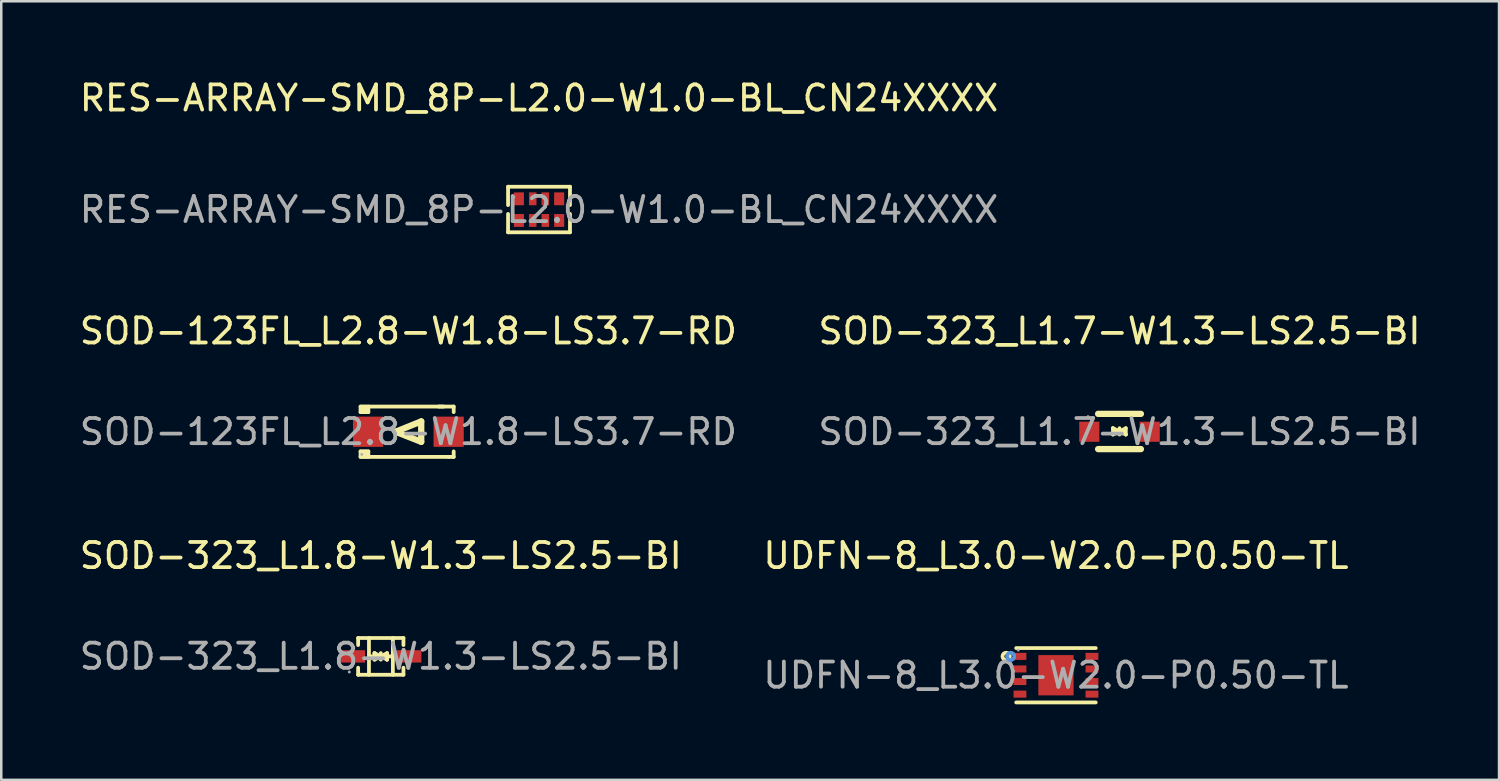
<source format=kicad_pcb>
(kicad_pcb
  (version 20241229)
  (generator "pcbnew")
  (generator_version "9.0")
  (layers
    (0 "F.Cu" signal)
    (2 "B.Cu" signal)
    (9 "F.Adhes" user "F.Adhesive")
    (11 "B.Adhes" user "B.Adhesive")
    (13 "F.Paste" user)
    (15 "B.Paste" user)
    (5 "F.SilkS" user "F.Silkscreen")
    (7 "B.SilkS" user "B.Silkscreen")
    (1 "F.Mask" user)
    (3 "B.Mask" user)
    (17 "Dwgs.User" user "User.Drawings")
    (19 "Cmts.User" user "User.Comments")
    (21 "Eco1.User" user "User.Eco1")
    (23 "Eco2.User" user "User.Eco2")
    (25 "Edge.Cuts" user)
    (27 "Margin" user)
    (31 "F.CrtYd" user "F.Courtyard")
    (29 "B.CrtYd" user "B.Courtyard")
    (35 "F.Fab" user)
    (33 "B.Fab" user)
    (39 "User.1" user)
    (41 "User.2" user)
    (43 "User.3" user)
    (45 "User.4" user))
  (footprint "UDFN-8_L3.0-W2.0-P0.50-TL"
    (layer "F.Cu")
    (at 38.899 23.775)
    (property "Reference" "UDFN-8_L3.0-W2.0-P0.50-TL" (at 0 -4.75 0) (layer "F.SilkS") (effects (font (size 1 1) (thickness 0.15))))
    (attr smd)
    (fp_line (start -1.58 -1.08) (end 1.58 -1.08) (stroke (width 0.15) (type solid)) (layer "F.SilkS"))
    (fp_line (start -1.58 1.08) (end 1.58 1.08) (stroke (width 0.15) (type solid)) (layer "F.SilkS"))
    (fp_circle (center -1.98 -0.75) (end -1.91 -0.75) (stroke (width 0.15) (type solid)) (fill no) (layer "F.SilkS"))
    (fp_circle (center -1.8 -0.75) (end -1.73 -0.75) (stroke (width 0.15) (type solid)) (fill no) (layer "Cmts.User"))
    (fp_circle (center -1.5 -1) (end -1.47 -1) (stroke (width 0.06) (type solid)) (fill no) (layer "F.Fab"))
    (fp_text user "${REFERENCE}" (at 0 0 0) (layer "F.Fab") (effects (font (size 1 1) (thickness 0.15))))
    (pad "1" smd rect (at -1.43 -0.75) (size 0.51 0.28) (layers "F.Cu" "F.Mask" "F.Paste"))
    (pad "2" smd rect (at -1.43 -0.25) (size 0.51 0.28) (layers "F.Cu" "F.Mask" "F.Paste"))
    (pad "3" smd rect (at -1.43 0.25) (size 0.51 0.28) (layers "F.Cu" "F.Mask" "F.Paste"))
    (pad "4" smd rect (at -1.43 0.75) (size 0.51 0.28) (layers "F.Cu" "F.Mask" "F.Paste"))
    (pad "5" smd rect (at 1.43 0.75) (size 0.51 0.28) (layers "F.Cu" "F.Mask" "F.Paste"))
    (pad "6" smd rect (at 1.43 0.25) (size 0.51 0.28) (layers "F.Cu" "F.Mask" "F.Paste"))
    (pad "7" smd rect (at 1.43 -0.25) (size 0.51 0.28) (layers "F.Cu" "F.Mask" "F.Paste"))
    (pad "8" smd rect (at 1.43 -0.75) (size 0.51 0.28) (layers "F.Cu" "F.Mask" "F.Paste"))
    (pad "9" smd rect (at 0 0) (size 1.4 1.6) (layers "F.Cu" "F.Mask" "F.Paste")))
  (footprint "SOD-323_L1.7-W1.3-LS2.5-BI"
    (layer "F.Cu")
    (at 41.423 14.101)
    (property "Reference" "SOD-323_L1.7-W1.3-LS2.5-BI" (at 0 -4 0) (layer "F.SilkS") (effects (font (size 1 1) (thickness 0.15))))
    (attr smd)
    (fp_line (start -0.85 -0.71) (end 0.85 -0.71) (stroke (width 0.25) (type solid)) (layer "F.SilkS"))
    (fp_line (start -0.85 0.69) (end 0.85 0.69) (stroke (width 0.25) (type solid)) (layer "F.SilkS"))
    (fp_line (start -0.26 -0.14) (end -0.26 -0.14) (stroke (width 0.15) (type solid)) (layer "F.SilkS"))
    (fp_line (start -0.26 -0.14) (end -0.01 -0.02) (stroke (width 0.15) (type solid)) (layer "F.SilkS"))
    (fp_line (start -0.26 0.11) (end -0.26 -0.14) (stroke (width 0.15) (type solid)) (layer "F.SilkS"))
    (fp_line (start -0.13 -0.01) (end 0 -0.01) (stroke (width 0.15) (type solid)) (layer "F.SilkS"))
    (fp_line (start -0.01 -0.01) (end -0.26 0.11) (stroke (width 0.15) (type solid)) (layer "F.SilkS"))
    (fp_line (start 0 -0.14) (end 0 0.11) (stroke (width 0.15) (type solid)) (layer "F.SilkS"))
    (fp_line (start 0 -0.01) (end 0.25 -0.14) (stroke (width 0.15) (type solid)) (layer "F.SilkS"))
    (fp_line (start 0.12 -0.01) (end -0.01 -0.01) (stroke (width 0.15) (type solid)) (layer "F.SilkS"))
    (fp_line (start 0.25 -0.14) (end 0.25 0.11) (stroke (width 0.15) (type solid)) (layer "F.SilkS"))
    (fp_line (start 0.25 0.11) (end 0 -0.01) (stroke (width 0.15) (type solid)) (layer "F.SilkS"))
    (fp_line (start 0.25 0.11) (end 0.25 0.11) (stroke (width 0.15) (type solid)) (layer "F.SilkS"))
    (fp_circle (center -1.25 -0.6) (end -1.22 -0.6) (stroke (width 0.06) (type solid)) (fill no) (layer "F.Fab"))
    (fp_text user "${REFERENCE}" (at 0 0 0) (layer "F.Fab") (effects (font (size 1 1) (thickness 0.15))))
    (pad "1" smd rect (at -1.2 0) (size 0.8 0.8) (layers "F.Cu" "F.Mask" "F.Paste"))
    (pad "2" smd rect (at 1.2 0) (size 0.8 0.8) (layers "F.Cu" "F.Mask" "F.Paste")))
  (footprint "SOD-323_L1.8-W1.3-LS2.5-BI"
    (layer "F.Cu")
    (at 12.077 23.025)
    (property "Reference" "SOD-323_L1.8-W1.3-LS2.5-BI" (at 0 -4 0) (layer "F.SilkS") (effects (font (size 1 1) (thickness 0.15))))
    (attr smd)
    (fp_line (start -0.9 -0.73) (end -0.9 -0.45) (stroke (width 0.15) (type solid)) (layer "F.SilkS"))
    (fp_line (start -0.9 0.73) (end -0.9 0.45) (stroke (width 0.15) (type solid)) (layer "F.SilkS"))
    (fp_line (start -0.47 0) (end 0.48 0) (stroke (width 0.15) (type solid)) (layer "F.SilkS"))
    (fp_line (start -0.47 0.73) (end -0.47 -0.73) (stroke (width 0.15) (type solid)) (layer "F.SilkS"))
    (fp_line (start -0.25 -0.13) (end -0.25 -0.13) (stroke (width 0.15) (type solid)) (layer "F.SilkS"))
    (fp_line (start -0.25 -0.13) (end 0 0) (stroke (width 0.15) (type solid)) (layer "F.SilkS"))
    (fp_line (start -0.25 0.13) (end -0.25 -0.13) (stroke (width 0.15) (type solid)) (layer "F.SilkS"))
    (fp_line (start -0.13 0) (end 0 0) (stroke (width 0.15) (type solid)) (layer "F.SilkS"))
    (fp_line (start 0 -0.13) (end 0 0.13) (stroke (width 0.15) (type solid)) (layer "F.SilkS"))
    (fp_line (start 0 0) (end -0.25 0.13) (stroke (width 0.15) (type solid)) (layer "F.SilkS"))
    (fp_line (start 0 0) (end 0.25 -0.13) (stroke (width 0.15) (type solid)) (layer "F.SilkS"))
    (fp_line (start 0.13 0) (end 0 0) (stroke (width 0.15) (type solid)) (layer "F.SilkS"))
    (fp_line (start 0.25 -0.13) (end 0.25 0.13) (stroke (width 0.15) (type solid)) (layer "F.SilkS"))
    (fp_line (start 0.25 0.13) (end 0 0) (stroke (width 0.15) (type solid)) (layer "F.SilkS"))
    (fp_line (start 0.25 0.13) (end 0.25 0.13) (stroke (width 0.15) (type solid)) (layer "F.SilkS"))
    (fp_line (start 0.48 0.73) (end 0.48 -0.73) (stroke (width 0.15) (type solid)) (layer "F.SilkS"))
    (fp_line (start 0.9 -0.73) (end -0.9 -0.73) (stroke (width 0.15) (type solid)) (layer "F.SilkS"))
    (fp_line (start 0.9 -0.73) (end 0.9 -0.45) (stroke (width 0.15) (type solid)) (layer "F.SilkS"))
    (fp_line (start 0.9 0.73) (end -0.9 0.73) (stroke (width 0.15) (type solid)) (layer "F.SilkS"))
    (fp_line (start 0.9 0.73) (end 0.9 0.45) (stroke (width 0.15) (type solid)) (layer "F.SilkS"))
    (fp_circle (center -1.25 0.62) (end -1.22 0.62) (stroke (width 0.06) (type solid)) (fill no) (layer "F.Fab"))
    (fp_text user "${REFERENCE}" (at 0 0 0) (layer "F.Fab") (effects (font (size 1 1) (thickness 0.15))))
    (pad "1" smd rect (at -1.12 0) (size 0.99 0.49) (layers "F.Cu" "F.Mask" "F.Paste"))
    (pad "2" smd rect (at 1.12 0) (size 0.99 0.49) (layers "F.Cu" "F.Mask" "F.Paste")))
  (footprint "RES-ARRAY-SMD_8P-L2.0-W1.0-BL_CN24XXXX"
    (layer "F.Cu")
    (at 18.363 5.278)
    (property "Reference" "RES-ARRAY-SMD_8P-L2.0-W1.0-BL_CN24XXXX" (at 0 -4.43 0) (layer "F.SilkS") (effects (font (size 1 1) (thickness 0.15))))
    (attr smd)
    (fp_line (start -1.23 -0.91) (end 1.23 -0.91) (stroke (width 0.15) (type solid)) (layer "F.SilkS"))
    (fp_line (start -1.23 -0.18) (end -1.23 -0.91) (stroke (width 0.15) (type solid)) (layer "F.SilkS"))
    (fp_line (start -1.23 0.17) (end -1.23 0.9) (stroke (width 0.15) (type solid)) (layer "F.SilkS"))
    (fp_line (start -1.23 0.9) (end 1.23 0.9) (stroke (width 0.15) (type solid)) (layer "F.SilkS"))
    (fp_line (start 1.23 -0.91) (end 1.23 -0.18) (stroke (width 0.15) (type solid)) (layer "F.SilkS"))
    (fp_line (start 1.23 0.9) (end 1.23 0.17) (stroke (width 0.15) (type solid)) (layer "F.SilkS"))
    (fp_circle (center -1 -0.5) (end -0.97 -0.5) (stroke (width 0.06) (type solid)) (fill no) (layer "F.Fab"))
    (fp_text user "${REFERENCE}" (at 0 0 0) (layer "F.Fab") (effects (font (size 1 1) (thickness 0.15))))
    (pad "1" smd rect (at -0.8 -0.43 180) (size 0.4 0.51) (layers "F.Cu" "F.Mask" "F.Paste"))
    (pad "2" smd rect (at -0.25 -0.43 180) (size 0.3 0.51) (layers "F.Cu" "F.Mask" "F.Paste"))
    (pad "3" smd rect (at 0.25 -0.43 180) (size 0.3 0.51) (layers "F.Cu" "F.Mask" "F.Paste"))
    (pad "4" smd rect (at 0.8 -0.43 180) (size 0.4 0.51) (layers "F.Cu" "F.Mask" "F.Paste"))
    (pad "5" smd rect (at 0.8 0.43 180) (size 0.4 0.51) (layers "F.Cu" "F.Mask" "F.Paste"))
    (pad "6" smd rect (at 0.25 0.43 180) (size 0.3 0.51) (layers "F.Cu" "F.Mask" "F.Paste"))
    (pad "7" smd rect (at -0.25 0.43 180) (size 0.3 0.51) (layers "F.Cu" "F.Mask" "F.Paste"))
    (pad "8" smd rect (at -0.8 0.43 180) (size 0.4 0.51) (layers "F.Cu" "F.Mask" "F.Paste")))
  (footprint "SOD-123FL_L2.8-W1.8-LS3.7-RD"
    (layer "F.Cu")
    (at 13.173 14.101)
    (property "Reference" "SOD-123FL_L2.8-W1.8-LS3.7-RD" (at 0 -4 0) (layer "F.SilkS") (effects (font (size 1 1) (thickness 0.15))))
    (attr smd)
    (fp_line (start -1.9 -1) (end -1.9 -0.78) (stroke (width 0.15) (type solid)) (layer "F.SilkS"))
    (fp_line (start -1.9 0.78) (end -1.9 1) (stroke (width 0.15) (type solid)) (layer "F.SilkS"))
    (fp_line (start -1.9 1) (end 1.6 1) (stroke (width 0.15) (type solid)) (layer "F.SilkS"))
    (fp_line (start -1.79 -0.78) (end -1.79 -1) (stroke (width 0.15) (type solid)) (layer "F.SilkS"))
    (fp_line (start -1.79 1) (end -1.79 0.78) (stroke (width 0.15) (type solid)) (layer "F.SilkS"))
    (fp_line (start -1.69 -1) (end -1.69 -0.78) (stroke (width 0.15) (type solid)) (layer "F.SilkS"))
    (fp_line (start -1.69 0.78) (end -1.69 1) (stroke (width 0.15) (type solid)) (layer "F.SilkS"))
    (fp_line (start -1.59 -1) (end -1.59 -0.78) (stroke (width 0.15) (type solid)) (layer "F.SilkS"))
    (fp_line (start -1.59 -0.78) (end -1.9 -0.78) (stroke (width 0.15) (type solid)) (layer "F.SilkS"))
    (fp_line (start -1.59 0.78) (end -1.9 0.78) (stroke (width 0.15) (type solid)) (layer "F.SilkS"))
    (fp_line (start -1.59 0.78) (end -1.59 1) (stroke (width 0.15) (type solid)) (layer "F.SilkS"))
    (fp_line (start -0.51 0) (end 0.51 -0.41) (stroke (width 0.25) (type solid)) (layer "F.SilkS"))
    (fp_line (start 0.51 -0.41) (end 0.51 0.4) (stroke (width 0.25) (type solid)) (layer "F.SilkS"))
    (fp_line (start 0.51 0.4) (end -0.51 0) (stroke (width 0.25) (type solid)) (layer "F.SilkS"))
    (fp_line (start 1.4 -1) (end -1.9 -1) (stroke (width 0.15) (type solid)) (layer "F.SilkS"))
    (fp_line (start 1.6 1) (end 1.8 1) (stroke (width 0.15) (type solid)) (layer "F.SilkS"))
    (fp_line (start 1.8 -1) (end 1.2 -1) (stroke (width 0.15) (type solid)) (layer "F.SilkS"))
    (fp_line (start 1.8 -0.78) (end 1.8 -1) (stroke (width 0.15) (type solid)) (layer "F.SilkS"))
    (fp_line (start 1.8 1) (end 1.8 0.78) (stroke (width 0.15) (type solid)) (layer "F.SilkS"))
    (fp_circle (center -1.85 0.9) (end -1.82 0.9) (stroke (width 0.06) (type solid)) (fill no) (layer "F.Fab"))
    (fp_text user "${REFERENCE}" (at 0 0 0) (layer "F.Fab") (effects (font (size 1 1) (thickness 0.15))))
    (pad "1" smd rect (at -1.6 0) (size 1.2 1.2) (layers "F.Cu" "F.Mask" "F.Paste"))
    (pad "2" smd rect (at 1.6 0) (size 1.2 1.2) (layers "F.Cu" "F.Mask" "F.Paste")))
  (gr_rect
    (start -3 -3)
    (end 56.5 27.93)
    (stroke (width 0.1) (type default))
    (fill no)
    (layer "Edge.Cuts")))
</source>
